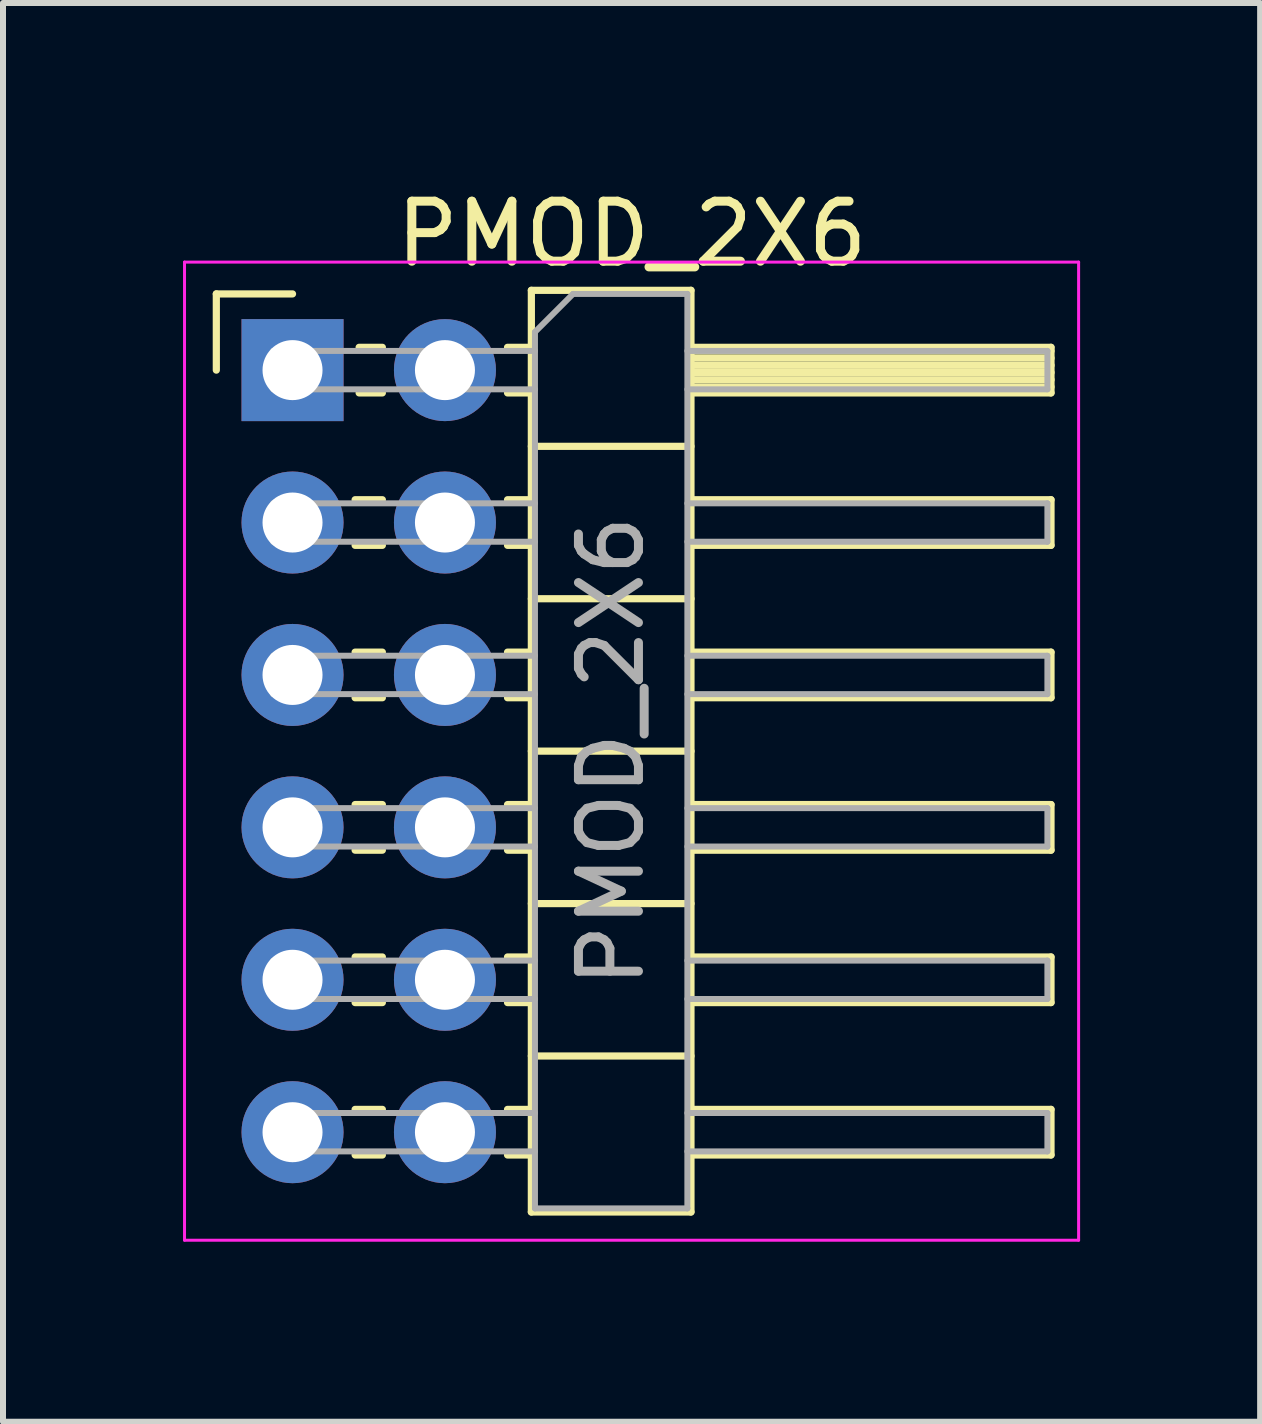
<source format=kicad_pcb>
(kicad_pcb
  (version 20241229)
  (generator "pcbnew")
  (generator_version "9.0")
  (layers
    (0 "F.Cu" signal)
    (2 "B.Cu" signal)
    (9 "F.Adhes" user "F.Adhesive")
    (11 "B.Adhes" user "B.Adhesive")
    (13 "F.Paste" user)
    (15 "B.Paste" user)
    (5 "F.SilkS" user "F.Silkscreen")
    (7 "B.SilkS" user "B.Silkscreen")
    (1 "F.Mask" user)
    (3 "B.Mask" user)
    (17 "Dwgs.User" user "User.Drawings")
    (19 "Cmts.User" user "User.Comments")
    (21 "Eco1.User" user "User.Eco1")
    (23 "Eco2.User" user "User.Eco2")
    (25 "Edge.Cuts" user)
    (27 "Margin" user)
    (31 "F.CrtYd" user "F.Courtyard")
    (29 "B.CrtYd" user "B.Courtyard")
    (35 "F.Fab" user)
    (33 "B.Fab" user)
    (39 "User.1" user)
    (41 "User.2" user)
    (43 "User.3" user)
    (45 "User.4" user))
  (footprint "PMOD_2X6"
    (layer "F.Cu")
    (at 1.825 3.118)
    (property "Reference" "PMOD_2X6" (at 5.655 -2.27 0) (layer "F.SilkS") (effects (font (size 1 1) (thickness 0.15))))
    (attr through_hole)
    (fp_line (start -1.27 -1.27) (end 0 -1.27) (stroke (width 0.12) (type solid)) (layer "F.SilkS"))
    (fp_line (start -1.27 0) (end -1.27 -1.27) (stroke (width 0.12) (type solid)) (layer "F.SilkS"))
    (fp_line (start 1.043 2.16) (end 1.497 2.16) (stroke (width 0.12) (type solid)) (layer "F.SilkS"))
    (fp_line (start 1.043 2.92) (end 1.497 2.92) (stroke (width 0.12) (type solid)) (layer "F.SilkS"))
    (fp_line (start 1.043 4.7) (end 1.497 4.7) (stroke (width 0.12) (type solid)) (layer "F.SilkS"))
    (fp_line (start 1.043 5.46) (end 1.497 5.46) (stroke (width 0.12) (type solid)) (layer "F.SilkS"))
    (fp_line (start 1.043 7.24) (end 1.497 7.24) (stroke (width 0.12) (type solid)) (layer "F.SilkS"))
    (fp_line (start 1.043 8) (end 1.497 8) (stroke (width 0.12) (type solid)) (layer "F.SilkS"))
    (fp_line (start 1.043 9.78) (end 1.497 9.78) (stroke (width 0.12) (type solid)) (layer "F.SilkS"))
    (fp_line (start 1.043 10.54) (end 1.497 10.54) (stroke (width 0.12) (type solid)) (layer "F.SilkS"))
    (fp_line (start 1.043 12.32) (end 1.497 12.32) (stroke (width 0.12) (type solid)) (layer "F.SilkS"))
    (fp_line (start 1.043 13.08) (end 1.497 13.08) (stroke (width 0.12) (type solid)) (layer "F.SilkS"))
    (fp_line (start 1.11 -0.38) (end 1.497 -0.38) (stroke (width 0.12) (type solid)) (layer "F.SilkS"))
    (fp_line (start 1.11 0.38) (end 1.497 0.38) (stroke (width 0.12) (type solid)) (layer "F.SilkS"))
    (fp_line (start 3.583 -0.38) (end 3.98 -0.38) (stroke (width 0.12) (type solid)) (layer "F.SilkS"))
    (fp_line (start 3.583 0.38) (end 3.98 0.38) (stroke (width 0.12) (type solid)) (layer "F.SilkS"))
    (fp_line (start 3.583 2.16) (end 3.98 2.16) (stroke (width 0.12) (type solid)) (layer "F.SilkS"))
    (fp_line (start 3.583 2.92) (end 3.98 2.92) (stroke (width 0.12) (type solid)) (layer "F.SilkS"))
    (fp_line (start 3.583 4.7) (end 3.98 4.7) (stroke (width 0.12) (type solid)) (layer "F.SilkS"))
    (fp_line (start 3.583 5.46) (end 3.98 5.46) (stroke (width 0.12) (type solid)) (layer "F.SilkS"))
    (fp_line (start 3.583 7.24) (end 3.98 7.24) (stroke (width 0.12) (type solid)) (layer "F.SilkS"))
    (fp_line (start 3.583 8) (end 3.98 8) (stroke (width 0.12) (type solid)) (layer "F.SilkS"))
    (fp_line (start 3.583 9.78) (end 3.98 9.78) (stroke (width 0.12) (type solid)) (layer "F.SilkS"))
    (fp_line (start 3.583 10.54) (end 3.98 10.54) (stroke (width 0.12) (type solid)) (layer "F.SilkS"))
    (fp_line (start 3.583 12.32) (end 3.98 12.32) (stroke (width 0.12) (type solid)) (layer "F.SilkS"))
    (fp_line (start 3.583 13.08) (end 3.98 13.08) (stroke (width 0.12) (type solid)) (layer "F.SilkS"))
    (fp_line (start 3.98 -1.33) (end 3.98 14.03) (stroke (width 0.12) (type solid)) (layer "F.SilkS"))
    (fp_line (start 3.98 1.27) (end 6.64 1.27) (stroke (width 0.12) (type solid)) (layer "F.SilkS"))
    (fp_line (start 3.98 3.81) (end 6.64 3.81) (stroke (width 0.12) (type solid)) (layer "F.SilkS"))
    (fp_line (start 3.98 6.35) (end 6.64 6.35) (stroke (width 0.12) (type solid)) (layer "F.SilkS"))
    (fp_line (start 3.98 8.89) (end 6.64 8.89) (stroke (width 0.12) (type solid)) (layer "F.SilkS"))
    (fp_line (start 3.98 11.43) (end 6.64 11.43) (stroke (width 0.12) (type solid)) (layer "F.SilkS"))
    (fp_line (start 3.98 14.03) (end 6.64 14.03) (stroke (width 0.12) (type solid)) (layer "F.SilkS"))
    (fp_line (start 6.64 -1.33) (end 3.98 -1.33) (stroke (width 0.12) (type solid)) (layer "F.SilkS"))
    (fp_line (start 6.64 -0.38) (end 12.64 -0.38) (stroke (width 0.12) (type solid)) (layer "F.SilkS"))
    (fp_line (start 6.64 -0.32) (end 12.64 -0.32) (stroke (width 0.12) (type solid)) (layer "F.SilkS"))
    (fp_line (start 6.64 -0.2) (end 12.64 -0.2) (stroke (width 0.12) (type solid)) (layer "F.SilkS"))
    (fp_line (start 6.64 -0.08) (end 12.64 -0.08) (stroke (width 0.12) (type solid)) (layer "F.SilkS"))
    (fp_line (start 6.64 0.04) (end 12.64 0.04) (stroke (width 0.12) (type solid)) (layer "F.SilkS"))
    (fp_line (start 6.64 0.16) (end 12.64 0.16) (stroke (width 0.12) (type solid)) (layer "F.SilkS"))
    (fp_line (start 6.64 0.28) (end 12.64 0.28) (stroke (width 0.12) (type solid)) (layer "F.SilkS"))
    (fp_line (start 6.64 2.16) (end 12.64 2.16) (stroke (width 0.12) (type solid)) (layer "F.SilkS"))
    (fp_line (start 6.64 4.7) (end 12.64 4.7) (stroke (width 0.12) (type solid)) (layer "F.SilkS"))
    (fp_line (start 6.64 7.24) (end 12.64 7.24) (stroke (width 0.12) (type solid)) (layer "F.SilkS"))
    (fp_line (start 6.64 9.78) (end 12.64 9.78) (stroke (width 0.12) (type solid)) (layer "F.SilkS"))
    (fp_line (start 6.64 12.32) (end 12.64 12.32) (stroke (width 0.12) (type solid)) (layer "F.SilkS"))
    (fp_line (start 6.64 14.03) (end 6.64 -1.33) (stroke (width 0.12) (type solid)) (layer "F.SilkS"))
    (fp_line (start 12.64 -0.38) (end 12.64 0.38) (stroke (width 0.12) (type solid)) (layer "F.SilkS"))
    (fp_line (start 12.64 0.38) (end 6.64 0.38) (stroke (width 0.12) (type solid)) (layer "F.SilkS"))
    (fp_line (start 12.64 2.16) (end 12.64 2.92) (stroke (width 0.12) (type solid)) (layer "F.SilkS"))
    (fp_line (start 12.64 2.92) (end 6.64 2.92) (stroke (width 0.12) (type solid)) (layer "F.SilkS"))
    (fp_line (start 12.64 4.7) (end 12.64 5.46) (stroke (width 0.12) (type solid)) (layer "F.SilkS"))
    (fp_line (start 12.64 5.46) (end 6.64 5.46) (stroke (width 0.12) (type solid)) (layer "F.SilkS"))
    (fp_line (start 12.64 7.24) (end 12.64 8) (stroke (width 0.12) (type solid)) (layer "F.SilkS"))
    (fp_line (start 12.64 8) (end 6.64 8) (stroke (width 0.12) (type solid)) (layer "F.SilkS"))
    (fp_line (start 12.64 9.78) (end 12.64 10.54) (stroke (width 0.12) (type solid)) (layer "F.SilkS"))
    (fp_line (start 12.64 10.54) (end 6.64 10.54) (stroke (width 0.12) (type solid)) (layer "F.SilkS"))
    (fp_line (start 12.64 12.32) (end 12.64 13.08) (stroke (width 0.12) (type solid)) (layer "F.SilkS"))
    (fp_line (start 12.64 13.08) (end 6.64 13.08) (stroke (width 0.12) (type solid)) (layer "F.SilkS"))
    (fp_line (start -1.8 -1.8) (end -1.8 14.5) (stroke (width 0.05) (type solid)) (layer "F.CrtYd"))
    (fp_line (start -1.8 14.5) (end 13.1 14.5) (stroke (width 0.05) (type solid)) (layer "F.CrtYd"))
    (fp_line (start 13.1 -1.8) (end -1.8 -1.8) (stroke (width 0.05) (type solid)) (layer "F.CrtYd"))
    (fp_line (start 13.1 14.5) (end 13.1 -1.8) (stroke (width 0.05) (type solid)) (layer "F.CrtYd"))
    (fp_line (start -0.32 -0.32) (end -0.32 0.32) (stroke (width 0.1) (type solid)) (layer "F.Fab"))
    (fp_line (start -0.32 -0.32) (end 4.04 -0.32) (stroke (width 0.1) (type solid)) (layer "F.Fab"))
    (fp_line (start -0.32 0.32) (end 4.04 0.32) (stroke (width 0.1) (type solid)) (layer "F.Fab"))
    (fp_line (start -0.32 2.22) (end -0.32 2.86) (stroke (width 0.1) (type solid)) (layer "F.Fab"))
    (fp_line (start -0.32 2.22) (end 4.04 2.22) (stroke (width 0.1) (type solid)) (layer "F.Fab"))
    (fp_line (start -0.32 2.86) (end 4.04 2.86) (stroke (width 0.1) (type solid)) (layer "F.Fab"))
    (fp_line (start -0.32 4.76) (end -0.32 5.4) (stroke (width 0.1) (type solid)) (layer "F.Fab"))
    (fp_line (start -0.32 4.76) (end 4.04 4.76) (stroke (width 0.1) (type solid)) (layer "F.Fab"))
    (fp_line (start -0.32 5.4) (end 4.04 5.4) (stroke (width 0.1) (type solid)) (layer "F.Fab"))
    (fp_line (start -0.32 7.3) (end -0.32 7.94) (stroke (width 0.1) (type solid)) (layer "F.Fab"))
    (fp_line (start -0.32 7.3) (end 4.04 7.3) (stroke (width 0.1) (type solid)) (layer "F.Fab"))
    (fp_line (start -0.32 7.94) (end 4.04 7.94) (stroke (width 0.1) (type solid)) (layer "F.Fab"))
    (fp_line (start -0.32 9.84) (end -0.32 10.48) (stroke (width 0.1) (type solid)) (layer "F.Fab"))
    (fp_line (start -0.32 9.84) (end 4.04 9.84) (stroke (width 0.1) (type solid)) (layer "F.Fab"))
    (fp_line (start -0.32 10.48) (end 4.04 10.48) (stroke (width 0.1) (type solid)) (layer "F.Fab"))
    (fp_line (start -0.32 12.38) (end -0.32 13.02) (stroke (width 0.1) (type solid)) (layer "F.Fab"))
    (fp_line (start -0.32 12.38) (end 4.04 12.38) (stroke (width 0.1) (type solid)) (layer "F.Fab"))
    (fp_line (start -0.32 13.02) (end 4.04 13.02) (stroke (width 0.1) (type solid)) (layer "F.Fab"))
    (fp_line (start 4.04 -0.635) (end 4.675 -1.27) (stroke (width 0.1) (type solid)) (layer "F.Fab"))
    (fp_line (start 4.04 13.97) (end 4.04 -0.635) (stroke (width 0.1) (type solid)) (layer "F.Fab"))
    (fp_line (start 4.675 -1.27) (end 6.58 -1.27) (stroke (width 0.1) (type solid)) (layer "F.Fab"))
    (fp_line (start 6.58 -1.27) (end 6.58 13.97) (stroke (width 0.1) (type solid)) (layer "F.Fab"))
    (fp_line (start 6.58 -0.32) (end 12.58 -0.32) (stroke (width 0.1) (type solid)) (layer "F.Fab"))
    (fp_line (start 6.58 0.32) (end 12.58 0.32) (stroke (width 0.1) (type solid)) (layer "F.Fab"))
    (fp_line (start 6.58 2.22) (end 12.58 2.22) (stroke (width 0.1) (type solid)) (layer "F.Fab"))
    (fp_line (start 6.58 2.86) (end 12.58 2.86) (stroke (width 0.1) (type solid)) (layer "F.Fab"))
    (fp_line (start 6.58 4.76) (end 12.58 4.76) (stroke (width 0.1) (type solid)) (layer "F.Fab"))
    (fp_line (start 6.58 5.4) (end 12.58 5.4) (stroke (width 0.1) (type solid)) (layer "F.Fab"))
    (fp_line (start 6.58 7.3) (end 12.58 7.3) (stroke (width 0.1) (type solid)) (layer "F.Fab"))
    (fp_line (start 6.58 7.94) (end 12.58 7.94) (stroke (width 0.1) (type solid)) (layer "F.Fab"))
    (fp_line (start 6.58 9.84) (end 12.58 9.84) (stroke (width 0.1) (type solid)) (layer "F.Fab"))
    (fp_line (start 6.58 10.48) (end 12.58 10.48) (stroke (width 0.1) (type solid)) (layer "F.Fab"))
    (fp_line (start 6.58 12.38) (end 12.58 12.38) (stroke (width 0.1) (type solid)) (layer "F.Fab"))
    (fp_line (start 6.58 13.02) (end 12.58 13.02) (stroke (width 0.1) (type solid)) (layer "F.Fab"))
    (fp_line (start 6.58 13.97) (end 4.04 13.97) (stroke (width 0.1) (type solid)) (layer "F.Fab"))
    (fp_line (start 12.58 -0.32) (end 12.58 0.32) (stroke (width 0.1) (type solid)) (layer "F.Fab"))
    (fp_line (start 12.58 2.22) (end 12.58 2.86) (stroke (width 0.1) (type solid)) (layer "F.Fab"))
    (fp_line (start 12.58 4.76) (end 12.58 5.4) (stroke (width 0.1) (type solid)) (layer "F.Fab"))
    (fp_line (start 12.58 7.3) (end 12.58 7.94) (stroke (width 0.1) (type solid)) (layer "F.Fab"))
    (fp_line (start 12.58 9.84) (end 12.58 10.48) (stroke (width 0.1) (type solid)) (layer "F.Fab"))
    (fp_line (start 12.58 12.38) (end 12.58 13.02) (stroke (width 0.1) (type solid)) (layer "F.Fab"))
    (fp_text user "${REFERENCE}" (at 5.31 6.35 90) (layer "F.Fab") (effects (font (size 1 1) (thickness 0.15))))
    (pad "1" thru_hole rect (at 0 0) (size 1.7 1.7) (drill 1) (layers "*.Cu" "*.Mask"))
    (pad "2" thru_hole oval (at 0 2.54) (size 1.7 1.7) (drill 1) (layers "*.Cu" "*.Mask"))
    (pad "3" thru_hole oval (at 0 5.08) (size 1.7 1.7) (drill 1) (layers "*.Cu" "*.Mask"))
    (pad "4" thru_hole oval (at 0 7.62) (size 1.7 1.7) (drill 1) (layers "*.Cu" "*.Mask"))
    (pad "5" thru_hole oval (at 0 10.16) (size 1.7 1.7) (drill 1) (layers "*.Cu" "*.Mask"))
    (pad "6" thru_hole oval (at 0 12.7) (size 1.7 1.7) (drill 1) (layers "*.Cu" "*.Mask"))
    (pad "7" thru_hole oval (at 2.54 0) (size 1.7 1.7) (drill 1) (layers "*.Cu" "*.Mask"))
    (pad "8" thru_hole oval (at 2.54 2.54) (size 1.7 1.7) (drill 1) (layers "*.Cu" "*.Mask"))
    (pad "9" thru_hole oval (at 2.54 5.08) (size 1.7 1.7) (drill 1) (layers "*.Cu" "*.Mask"))
    (pad "10" thru_hole oval (at 2.54 7.62) (size 1.7 1.7) (drill 1) (layers "*.Cu" "*.Mask"))
    (pad "11" thru_hole oval (at 2.54 10.16) (size 1.7 1.7) (drill 1) (layers "*.Cu" "*.Mask"))
    (pad "12" thru_hole oval (at 2.54 12.7) (size 1.7 1.7) (drill 1) (layers "*.Cu" "*.Mask")))
  (gr_rect
    (start -3 -3)
    (end 17.95 20.643)
    (stroke (width 0.1) (type default))
    (fill no)
    (layer "Edge.Cuts")))
</source>
